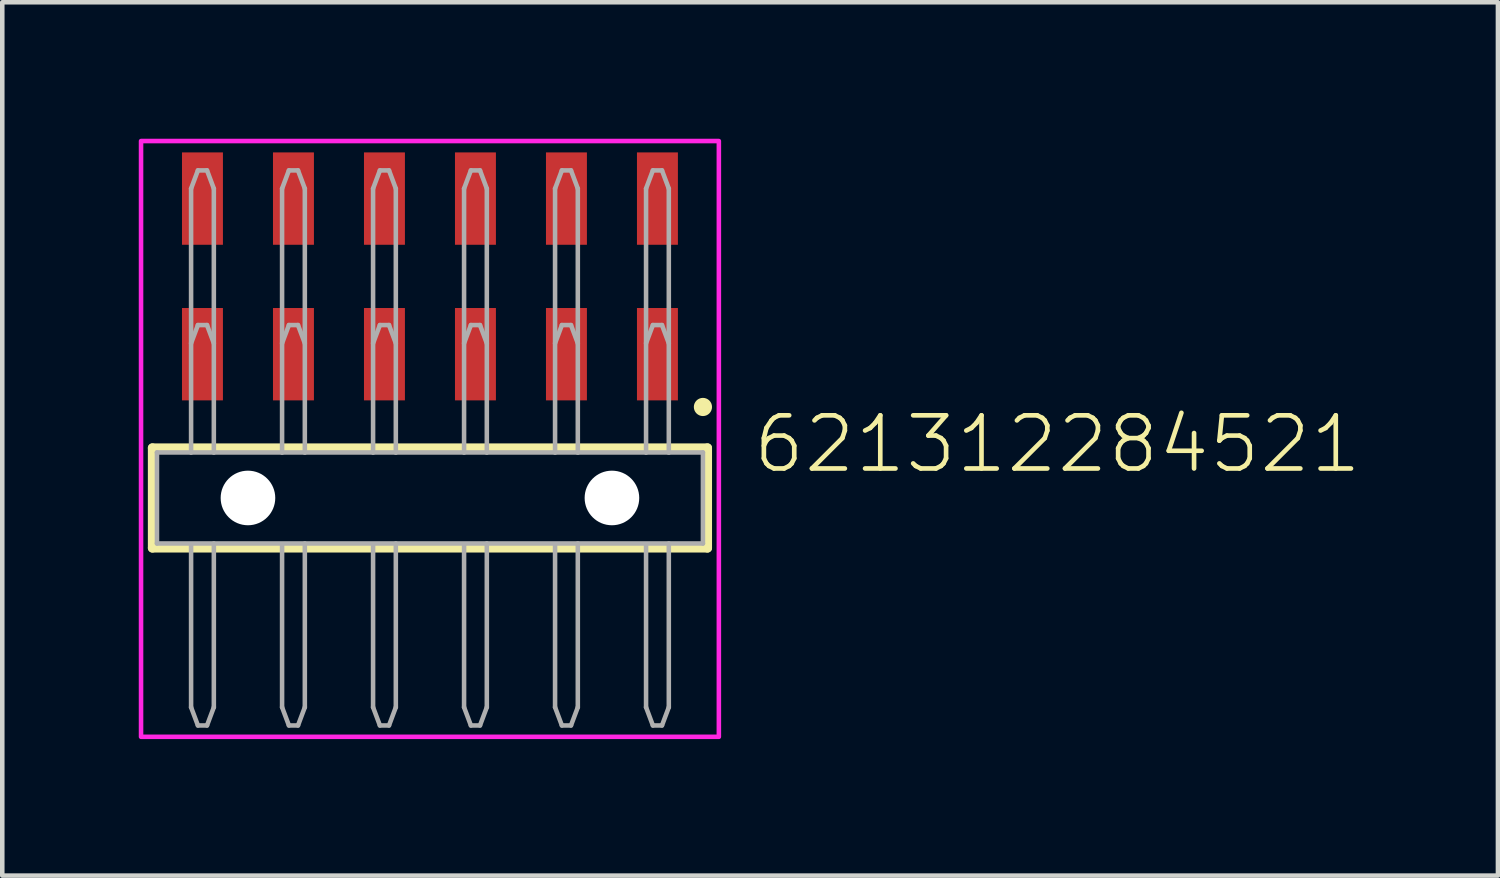
<source format=kicad_pcb>
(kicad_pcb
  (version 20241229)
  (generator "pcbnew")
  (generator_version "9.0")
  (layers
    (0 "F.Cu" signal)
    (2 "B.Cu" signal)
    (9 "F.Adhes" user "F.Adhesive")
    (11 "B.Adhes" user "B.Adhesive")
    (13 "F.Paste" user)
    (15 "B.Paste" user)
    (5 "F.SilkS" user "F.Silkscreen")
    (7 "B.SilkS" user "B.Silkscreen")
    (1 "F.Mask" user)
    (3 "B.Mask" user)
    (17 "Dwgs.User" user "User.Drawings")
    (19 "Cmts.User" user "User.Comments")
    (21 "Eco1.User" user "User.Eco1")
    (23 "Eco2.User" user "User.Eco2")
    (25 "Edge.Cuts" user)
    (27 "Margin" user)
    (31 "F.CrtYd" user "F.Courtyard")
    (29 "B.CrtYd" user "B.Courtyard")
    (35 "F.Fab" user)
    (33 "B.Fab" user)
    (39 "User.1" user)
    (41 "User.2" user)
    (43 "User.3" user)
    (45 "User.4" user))
  (footprint "621312284521"
    (layer "F.Cu")
    (at 6.4 7.895)
    (property "Reference" "621312284521" (at 7.05 -0.5 0) (unlocked yes) (layer "F.SilkS") (effects (font (size 1.168 1.168) (thickness 0.102)) (justify left bottom)))
    (fp_line (start -6.1 -1.1) (end 6.1 -1.1) (stroke (width 0.2) (type solid)) (layer "F.SilkS"))
    (fp_line (start -6.1 1.1) (end -6.1 -1.1) (stroke (width 0.2) (type solid)) (layer "F.SilkS"))
    (fp_line (start 6.1 -1.1) (end 6.1 1.1) (stroke (width 0.2) (type solid)) (layer "F.SilkS"))
    (fp_line (start 6.1 1.1) (end -6.1 1.1) (stroke (width 0.2) (type solid)) (layer "F.SilkS"))
    (fp_circle (center 6 -2) (end 6.1 -2) (stroke (width 0.2) (type solid)) (fill no) (layer "F.SilkS"))
    (fp_poly (pts (xy 6.35 5.25) (xy -6.35 5.25) (xy -6.35 -7.845) (xy 6.35 -7.845)) (stroke (width 0.1) (type default)) (fill no) (layer "F.CrtYd"))
    (fp_line (start -6 -1) (end -5.25 -1) (stroke (width 0.1) (type solid)) (layer "F.Fab"))
    (fp_line (start -6 1) (end -6 -1) (stroke (width 0.1) (type solid)) (layer "F.Fab"))
    (fp_line (start -5.25 -6.8) (end -5.1 -7.2) (stroke (width 0.1) (type solid)) (layer "F.Fab"))
    (fp_line (start -5.25 -3.4) (end -5.1 -3.8) (stroke (width 0.1) (type solid)) (layer "F.Fab"))
    (fp_line (start -5.25 -1) (end -5.25 -6.8) (stroke (width 0.1) (type solid)) (layer "F.Fab"))
    (fp_line (start -5.25 -1) (end -4.75 -1) (stroke (width 0.1) (type solid)) (layer "F.Fab"))
    (fp_line (start -5.25 1.02) (end -5.25 4.6) (stroke (width 0.1) (type solid)) (layer "F.Fab"))
    (fp_line (start -5.25 4.6) (end -5.1 5) (stroke (width 0.1) (type solid)) (layer "F.Fab"))
    (fp_line (start -5.1 -7.2) (end -4.9 -7.2) (stroke (width 0.1) (type solid)) (layer "F.Fab"))
    (fp_line (start -5.1 -3.8) (end -4.9 -3.8) (stroke (width 0.1) (type solid)) (layer "F.Fab"))
    (fp_line (start -4.9 5) (end -5.1 5) (stroke (width 0.1) (type solid)) (layer "F.Fab"))
    (fp_line (start -4.75 -6.8) (end -4.9 -7.2) (stroke (width 0.1) (type solid)) (layer "F.Fab"))
    (fp_line (start -4.75 -6.8) (end -4.75 -1) (stroke (width 0.1) (type solid)) (layer "F.Fab"))
    (fp_line (start -4.75 -3.4) (end -4.9 -3.8) (stroke (width 0.1) (type solid)) (layer "F.Fab"))
    (fp_line (start -4.75 -1) (end -3.25 -1) (stroke (width 0.1) (type solid)) (layer "F.Fab"))
    (fp_line (start -4.75 4.6) (end -4.9 5) (stroke (width 0.1) (type solid)) (layer "F.Fab"))
    (fp_line (start -4.75 4.6) (end -4.75 1) (stroke (width 0.1) (type solid)) (layer "F.Fab"))
    (fp_line (start -3.25 -6.8) (end -3.1 -7.2) (stroke (width 0.1) (type solid)) (layer "F.Fab"))
    (fp_line (start -3.25 -3.4) (end -3.1 -3.8) (stroke (width 0.1) (type solid)) (layer "F.Fab"))
    (fp_line (start -3.25 -1) (end -3.25 -6.8) (stroke (width 0.1) (type solid)) (layer "F.Fab"))
    (fp_line (start -3.25 -1) (end -2.75 -1) (stroke (width 0.1) (type solid)) (layer "F.Fab"))
    (fp_line (start -3.25 1.02) (end -3.25 4.6) (stroke (width 0.1) (type solid)) (layer "F.Fab"))
    (fp_line (start -3.25 4.6) (end -3.1 5) (stroke (width 0.1) (type solid)) (layer "F.Fab"))
    (fp_line (start -3.1 -7.2) (end -2.9 -7.2) (stroke (width 0.1) (type solid)) (layer "F.Fab"))
    (fp_line (start -3.1 -3.8) (end -2.9 -3.8) (stroke (width 0.1) (type solid)) (layer "F.Fab"))
    (fp_line (start -2.9 5) (end -3.1 5) (stroke (width 0.1) (type solid)) (layer "F.Fab"))
    (fp_line (start -2.75 -6.8) (end -2.9 -7.2) (stroke (width 0.1) (type solid)) (layer "F.Fab"))
    (fp_line (start -2.75 -6.8) (end -2.75 -1) (stroke (width 0.1) (type solid)) (layer "F.Fab"))
    (fp_line (start -2.75 -3.4) (end -2.9 -3.8) (stroke (width 0.1) (type solid)) (layer "F.Fab"))
    (fp_line (start -2.75 -1) (end -1.25 -1) (stroke (width 0.1) (type solid)) (layer "F.Fab"))
    (fp_line (start -2.75 4.6) (end -2.9 5) (stroke (width 0.1) (type solid)) (layer "F.Fab"))
    (fp_line (start -2.75 4.6) (end -2.75 1) (stroke (width 0.1) (type solid)) (layer "F.Fab"))
    (fp_line (start -1.25 -6.8) (end -1.1 -7.2) (stroke (width 0.1) (type solid)) (layer "F.Fab"))
    (fp_line (start -1.25 -3.4) (end -1.1 -3.8) (stroke (width 0.1) (type solid)) (layer "F.Fab"))
    (fp_line (start -1.25 -1) (end -1.25 -6.8) (stroke (width 0.1) (type solid)) (layer "F.Fab"))
    (fp_line (start -1.25 -1) (end -0.75 -1) (stroke (width 0.1) (type solid)) (layer "F.Fab"))
    (fp_line (start -1.25 1.02) (end -1.25 4.6) (stroke (width 0.1) (type solid)) (layer "F.Fab"))
    (fp_line (start -1.25 4.6) (end -1.1 5) (stroke (width 0.1) (type solid)) (layer "F.Fab"))
    (fp_line (start -1.1 -7.2) (end -0.9 -7.2) (stroke (width 0.1) (type solid)) (layer "F.Fab"))
    (fp_line (start -1.1 -3.8) (end -0.9 -3.8) (stroke (width 0.1) (type solid)) (layer "F.Fab"))
    (fp_line (start -0.9 5) (end -1.1 5) (stroke (width 0.1) (type solid)) (layer "F.Fab"))
    (fp_line (start -0.75 -6.8) (end -0.9 -7.2) (stroke (width 0.1) (type solid)) (layer "F.Fab"))
    (fp_line (start -0.75 -6.8) (end -0.75 -1) (stroke (width 0.1) (type solid)) (layer "F.Fab"))
    (fp_line (start -0.75 -3.4) (end -0.9 -3.8) (stroke (width 0.1) (type solid)) (layer "F.Fab"))
    (fp_line (start -0.75 -1) (end 0.75 -1) (stroke (width 0.1) (type solid)) (layer "F.Fab"))
    (fp_line (start -0.75 4.6) (end -0.9 5) (stroke (width 0.1) (type solid)) (layer "F.Fab"))
    (fp_line (start -0.75 4.6) (end -0.75 1) (stroke (width 0.1) (type solid)) (layer "F.Fab"))
    (fp_line (start 0.75 -6.8) (end 0.9 -7.2) (stroke (width 0.1) (type solid)) (layer "F.Fab"))
    (fp_line (start 0.75 -3.4) (end 0.9 -3.8) (stroke (width 0.1) (type solid)) (layer "F.Fab"))
    (fp_line (start 0.75 -1) (end 0.75 -6.8) (stroke (width 0.1) (type solid)) (layer "F.Fab"))
    (fp_line (start 0.75 -1) (end 1.25 -1) (stroke (width 0.1) (type solid)) (layer "F.Fab"))
    (fp_line (start 0.75 1.02) (end 0.75 4.6) (stroke (width 0.1) (type solid)) (layer "F.Fab"))
    (fp_line (start 0.75 4.6) (end 0.9 5) (stroke (width 0.1) (type solid)) (layer "F.Fab"))
    (fp_line (start 0.9 -7.2) (end 1.1 -7.2) (stroke (width 0.1) (type solid)) (layer "F.Fab"))
    (fp_line (start 0.9 -3.8) (end 1.1 -3.8) (stroke (width 0.1) (type solid)) (layer "F.Fab"))
    (fp_line (start 1.1 5) (end 0.9 5) (stroke (width 0.1) (type solid)) (layer "F.Fab"))
    (fp_line (start 1.25 -6.8) (end 1.1 -7.2) (stroke (width 0.1) (type solid)) (layer "F.Fab"))
    (fp_line (start 1.25 -6.8) (end 1.25 -1) (stroke (width 0.1) (type solid)) (layer "F.Fab"))
    (fp_line (start 1.25 -3.4) (end 1.1 -3.8) (stroke (width 0.1) (type solid)) (layer "F.Fab"))
    (fp_line (start 1.25 -1) (end 2.75 -1) (stroke (width 0.1) (type solid)) (layer "F.Fab"))
    (fp_line (start 1.25 4.6) (end 1.1 5) (stroke (width 0.1) (type solid)) (layer "F.Fab"))
    (fp_line (start 1.25 4.6) (end 1.25 1) (stroke (width 0.1) (type solid)) (layer "F.Fab"))
    (fp_line (start 2.75 -6.8) (end 2.9 -7.2) (stroke (width 0.1) (type solid)) (layer "F.Fab"))
    (fp_line (start 2.75 -3.4) (end 2.9 -3.8) (stroke (width 0.1) (type solid)) (layer "F.Fab"))
    (fp_line (start 2.75 -1) (end 2.75 -6.8) (stroke (width 0.1) (type solid)) (layer "F.Fab"))
    (fp_line (start 2.75 -1) (end 3.25 -1) (stroke (width 0.1) (type solid)) (layer "F.Fab"))
    (fp_line (start 2.75 1.02) (end 2.75 4.6) (stroke (width 0.1) (type solid)) (layer "F.Fab"))
    (fp_line (start 2.75 4.6) (end 2.9 5) (stroke (width 0.1) (type solid)) (layer "F.Fab"))
    (fp_line (start 2.9 -7.2) (end 3.1 -7.2) (stroke (width 0.1) (type solid)) (layer "F.Fab"))
    (fp_line (start 2.9 -3.8) (end 3.1 -3.8) (stroke (width 0.1) (type solid)) (layer "F.Fab"))
    (fp_line (start 3.1 5) (end 2.9 5) (stroke (width 0.1) (type solid)) (layer "F.Fab"))
    (fp_line (start 3.25 -6.8) (end 3.1 -7.2) (stroke (width 0.1) (type solid)) (layer "F.Fab"))
    (fp_line (start 3.25 -6.8) (end 3.25 -1) (stroke (width 0.1) (type solid)) (layer "F.Fab"))
    (fp_line (start 3.25 -3.4) (end 3.1 -3.8) (stroke (width 0.1) (type solid)) (layer "F.Fab"))
    (fp_line (start 3.25 -1) (end 4.75 -1) (stroke (width 0.1) (type solid)) (layer "F.Fab"))
    (fp_line (start 3.25 4.6) (end 3.1 5) (stroke (width 0.1) (type solid)) (layer "F.Fab"))
    (fp_line (start 3.25 4.6) (end 3.25 1) (stroke (width 0.1) (type solid)) (layer "F.Fab"))
    (fp_line (start 4.75 -6.8) (end 4.9 -7.2) (stroke (width 0.1) (type solid)) (layer "F.Fab"))
    (fp_line (start 4.75 -3.4) (end 4.9 -3.8) (stroke (width 0.1) (type solid)) (layer "F.Fab"))
    (fp_line (start 4.75 -1) (end 4.75 -6.8) (stroke (width 0.1) (type solid)) (layer "F.Fab"))
    (fp_line (start 4.75 -1) (end 5.25 -1) (stroke (width 0.1) (type solid)) (layer "F.Fab"))
    (fp_line (start 4.75 1.02) (end 4.75 4.6) (stroke (width 0.1) (type solid)) (layer "F.Fab"))
    (fp_line (start 4.75 4.6) (end 4.9 5) (stroke (width 0.1) (type solid)) (layer "F.Fab"))
    (fp_line (start 4.9 -7.2) (end 5.1 -7.2) (stroke (width 0.1) (type solid)) (layer "F.Fab"))
    (fp_line (start 4.9 -3.8) (end 5.1 -3.8) (stroke (width 0.1) (type solid)) (layer "F.Fab"))
    (fp_line (start 5.1 5) (end 4.9 5) (stroke (width 0.1) (type solid)) (layer "F.Fab"))
    (fp_line (start 5.25 -6.8) (end 5.1 -7.2) (stroke (width 0.1) (type solid)) (layer "F.Fab"))
    (fp_line (start 5.25 -6.8) (end 5.25 -1) (stroke (width 0.1) (type solid)) (layer "F.Fab"))
    (fp_line (start 5.25 -3.4) (end 5.1 -3.8) (stroke (width 0.1) (type solid)) (layer "F.Fab"))
    (fp_line (start 5.25 -1) (end 6 -1) (stroke (width 0.1) (type solid)) (layer "F.Fab"))
    (fp_line (start 5.25 4.6) (end 5.1 5) (stroke (width 0.1) (type solid)) (layer "F.Fab"))
    (fp_line (start 5.25 4.6) (end 5.25 1) (stroke (width 0.1) (type solid)) (layer "F.Fab"))
    (fp_line (start 6 -1) (end 6 1) (stroke (width 0.1) (type solid)) (layer "F.Fab"))
    (fp_line (start 6 1) (end -6 1) (stroke (width 0.1) (type solid)) (layer "F.Fab"))
    (pad "" np_thru_hole circle (at -4 0) (size 1.2 1.2) (drill 1.2) (layers "*.Cu" "*.Mask"))
    (pad "" np_thru_hole circle (at 4 0) (size 1.2 1.2) (drill 1.2) (layers "*.Cu" "*.Mask"))
    (pad "1" smd rect (at 5 -3.16) (size 0.9 2.03) (layers "F.Cu" "F.Mask" "F.Paste"))
    (pad "2" smd rect (at 5 -6.58) (size 0.9 2.03) (layers "F.Cu" "F.Mask" "F.Paste"))
    (pad "3" smd rect (at 3 -3.16) (size 0.9 2.03) (layers "F.Cu" "F.Mask" "F.Paste"))
    (pad "4" smd rect (at 3 -6.58) (size 0.9 2.03) (layers "F.Cu" "F.Mask" "F.Paste"))
    (pad "5" smd rect (at 1 -3.16) (size 0.9 2.03) (layers "F.Cu" "F.Mask" "F.Paste"))
    (pad "6" smd rect (at 1 -6.58) (size 0.9 2.03) (layers "F.Cu" "F.Mask" "F.Paste"))
    (pad "7" smd rect (at -1 -3.16) (size 0.9 2.03) (layers "F.Cu" "F.Mask" "F.Paste"))
    (pad "8" smd rect (at -1 -6.58) (size 0.9 2.03) (layers "F.Cu" "F.Mask" "F.Paste"))
    (pad "9" smd rect (at -3 -3.16) (size 0.9 2.03) (layers "F.Cu" "F.Mask" "F.Paste"))
    (pad "10" smd rect (at -3 -6.58) (size 0.9 2.03) (layers "F.Cu" "F.Mask" "F.Paste"))
    (pad "11" smd rect (at -5 -3.16) (size 0.9 2.03) (layers "F.Cu" "F.Mask" "F.Paste"))
    (pad "12" smd rect (at -5 -6.58) (size 0.9 2.03) (layers "F.Cu" "F.Mask" "F.Paste")))
  (gr_rect
    (start -3 -3)
    (end 29.874 16.195)
    (stroke (width 0.1) (type default))
    (fill no)
    (layer "Edge.Cuts")))
</source>
